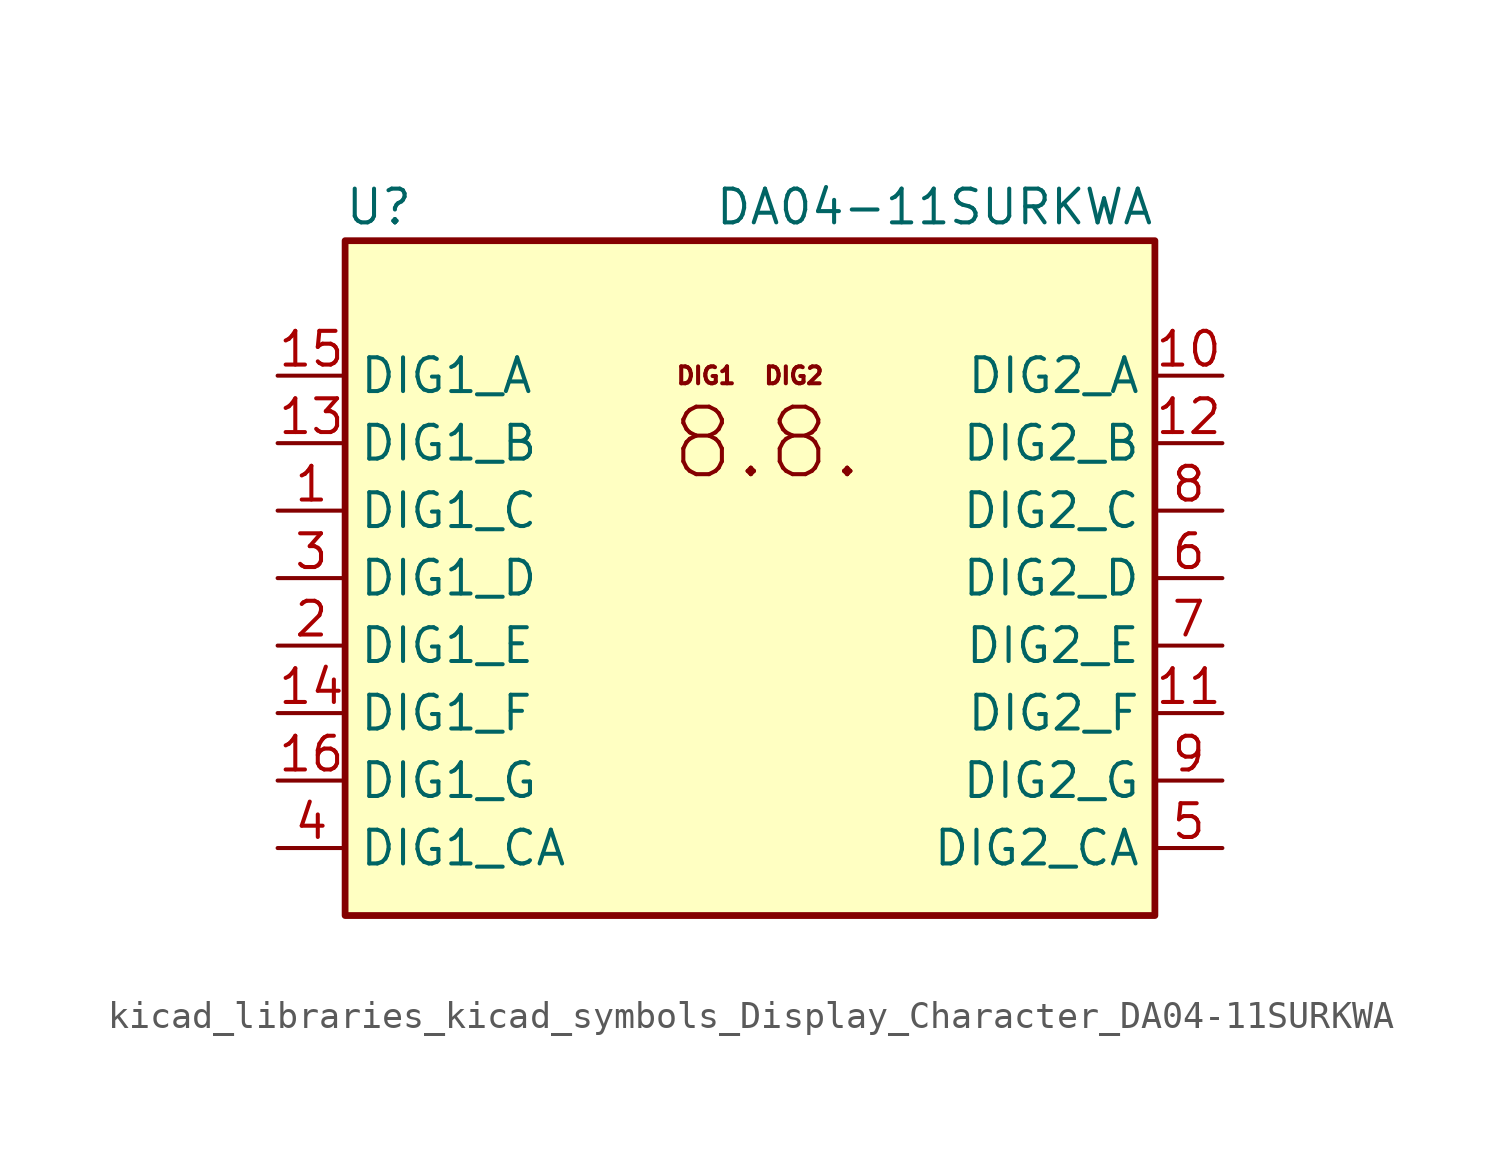
<source format=kicad_sym>
(kicad_symbol_lib
  (version 20220914)
  (generator kicad_symbol_editor)
  (symbol "kicad_libraries_kicad_symbols_Display_Character_DA04-11SURKWA"
    (property "Reference" "U"
      (at -13.97 13.97 0)
      (effects (font (size 1.27 1.27))))
    (property "Value" "DA04-11SURKWA"
      (at 15.24 13.97 0)
      (effects (font (size 1.27 1.27)) (justify right)))
    (symbol "kicad_libraries_kicad_symbols_Display_Character_DA04-11SURKWA_0_0"
      (text "8.8." (at 0.635 5.08 0) (effects (font (size 2.54 2.54))))
      (text "DIG1" (at -1.651 7.62 0) (effects (font (size 0.635 0.635))))
      (text "DIG2" (at 1.651 7.62 0) (effects (font (size 0.635 0.635)))))
    (symbol "kicad_libraries_kicad_symbols_Display_Character_DA04-11SURKWA_0_1"
      (rectangle (start -15.24 12.7) (end 15.24 -12.7) (stroke (width 0.254) (type default)) (fill (type background))))
    (symbol "kicad_libraries_kicad_symbols_Display_Character_DA04-11SURKWA_1_1"
      (pin input line (at -17.78 2.54 0) (length 2.54) (name "DIG1_C" (effects (font (size 1.27 1.27)))) (number "1" (effects (font (size 1.27 1.27)))))
      (pin input line (at 17.78 7.62 180) (length 2.54) (name "DIG2_A" (effects (font (size 1.27 1.27)))) (number "10" (effects (font (size 1.27 1.27)))))
      (pin input line (at 17.78 -5.08 180) (length 2.54) (name "DIG2_F" (effects (font (size 1.27 1.27)))) (number "11" (effects (font (size 1.27 1.27)))))
      (pin input line (at 17.78 5.08 180) (length 2.54) (name "DIG2_B" (effects (font (size 1.27 1.27)))) (number "12" (effects (font (size 1.27 1.27)))))
      (pin input line (at -17.78 5.08 0) (length 2.54) (name "DIG1_B" (effects (font (size 1.27 1.27)))) (number "13" (effects (font (size 1.27 1.27)))))
      (pin input line (at -17.78 -5.08 0) (length 2.54) (name "DIG1_F" (effects (font (size 1.27 1.27)))) (number "14" (effects (font (size 1.27 1.27)))))
      (pin input line (at -17.78 7.62 0) (length 2.54) (name "DIG1_A" (effects (font (size 1.27 1.27)))) (number "15" (effects (font (size 1.27 1.27)))))
      (pin input line (at -17.78 -7.62 0) (length 2.54) (name "DIG1_G" (effects (font (size 1.27 1.27)))) (number "16" (effects (font (size 1.27 1.27)))))
      (pin input line (at -17.78 -2.54 0) (length 2.54) (name "DIG1_E" (effects (font (size 1.27 1.27)))) (number "2" (effects (font (size 1.27 1.27)))))
      (pin input line (at -17.78 0 0) (length 2.54) (name "DIG1_D" (effects (font (size 1.27 1.27)))) (number "3" (effects (font (size 1.27 1.27)))))
      (pin input line (at -17.78 -10.16 0) (length 2.54) (name "DIG1_CA" (effects (font (size 1.27 1.27)))) (number "4" (effects (font (size 1.27 1.27)))))
      (pin input line (at 17.78 -10.16 180) (length 2.54) (name "DIG2_CA" (effects (font (size 1.27 1.27)))) (number "5" (effects (font (size 1.27 1.27)))))
      (pin input line (at 17.78 0 180) (length 2.54) (name "DIG2_D" (effects (font (size 1.27 1.27)))) (number "6" (effects (font (size 1.27 1.27)))))
      (pin input line (at 17.78 -2.54 180) (length 2.54) (name "DIG2_E" (effects (font (size 1.27 1.27)))) (number "7" (effects (font (size 1.27 1.27)))))
      (pin input line (at 17.78 2.54 180) (length 2.54) (name "DIG2_C" (effects (font (size 1.27 1.27)))) (number "8" (effects (font (size 1.27 1.27)))))
      (pin input line (at 17.78 -7.62 180) (length 2.54) (name "DIG2_G" (effects (font (size 1.27 1.27)))) (number "9" (effects (font (size 1.27 1.27))))))))
</source>
